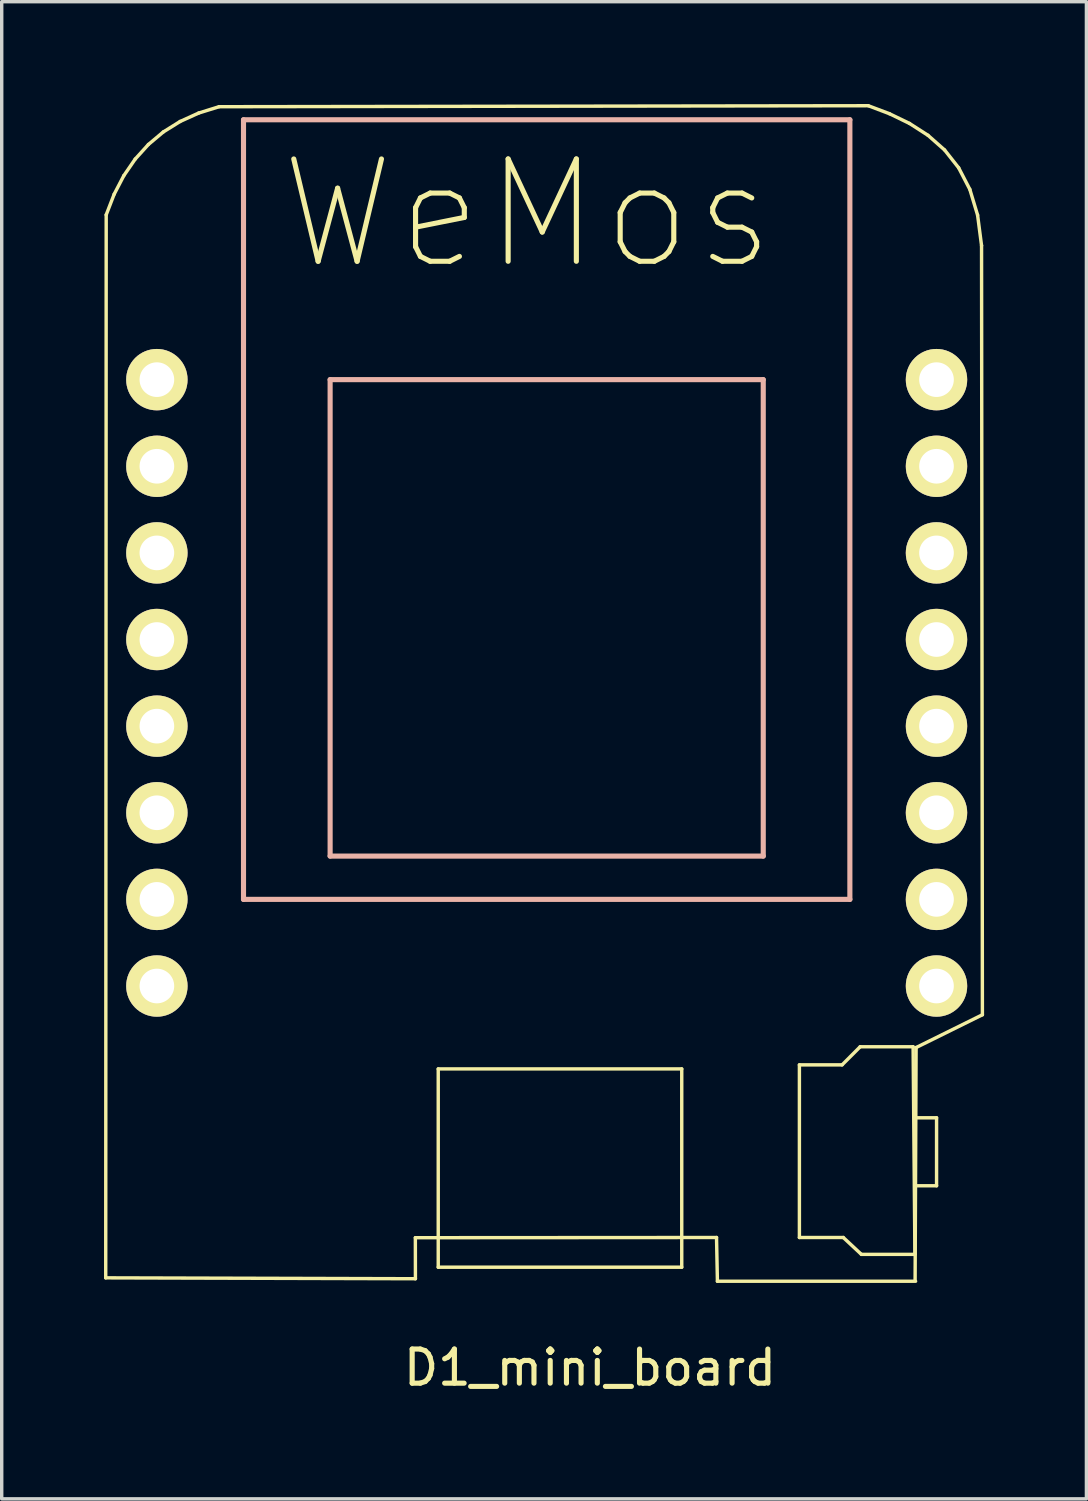
<source format=kicad_pcb>
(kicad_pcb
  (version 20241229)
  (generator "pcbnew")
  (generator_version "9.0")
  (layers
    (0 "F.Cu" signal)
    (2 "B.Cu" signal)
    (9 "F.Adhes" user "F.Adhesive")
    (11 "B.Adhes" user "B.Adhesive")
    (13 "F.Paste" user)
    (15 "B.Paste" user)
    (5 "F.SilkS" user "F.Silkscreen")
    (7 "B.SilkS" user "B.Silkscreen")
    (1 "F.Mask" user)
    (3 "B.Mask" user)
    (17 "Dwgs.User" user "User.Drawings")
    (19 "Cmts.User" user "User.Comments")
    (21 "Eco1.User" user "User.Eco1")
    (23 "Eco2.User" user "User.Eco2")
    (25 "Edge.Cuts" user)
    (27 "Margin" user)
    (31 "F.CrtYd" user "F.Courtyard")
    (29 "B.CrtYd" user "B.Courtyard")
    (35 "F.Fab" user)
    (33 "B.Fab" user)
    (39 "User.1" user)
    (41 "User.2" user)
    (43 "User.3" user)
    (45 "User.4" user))
  (footprint "D1_mini_board"
    (layer "F.Cu")
    (at 12.98 18.242)
    (property "Reference" "D1_mini_board" (at 1.27 18.81 0) (layer "F.SilkS") (effects (font (size 1 1) (thickness 0.15))))
    (attr through_hole)
    (fp_line (start -12.93 16.177) (end -12.916 -14.993) (stroke (width 0.1) (type solid)) (layer "F.SilkS"))
    (fp_line (start -12.916 -14.993) (end -12.683 -15.596) (stroke (width 0.1) (type solid)) (layer "F.SilkS"))
    (fp_line (start -12.683 -15.596) (end -12.4 -16.141) (stroke (width 0.1) (type solid)) (layer "F.SilkS"))
    (fp_line (start -12.4 -16.141) (end -12.065 -16.628) (stroke (width 0.1) (type solid)) (layer "F.SilkS"))
    (fp_line (start -12.065 -16.628) (end -11.679 -17.055) (stroke (width 0.1) (type solid)) (layer "F.SilkS"))
    (fp_line (start -11.679 -17.055) (end -11.241 -17.423) (stroke (width 0.1) (type solid)) (layer "F.SilkS"))
    (fp_line (start -11.241 -17.423) (end -10.749 -17.73) (stroke (width 0.1) (type solid)) (layer "F.SilkS"))
    (fp_line (start -10.749 -17.73) (end -10.205 -17.977) (stroke (width 0.1) (type solid)) (layer "F.SilkS"))
    (fp_line (start -10.205 -17.977) (end -9.607 -18.163) (stroke (width 0.1) (type solid)) (layer "F.SilkS"))
    (fp_line (start -9.607 -18.163) (end 9.43 -18.192) (stroke (width 0.1) (type solid)) (layer "F.SilkS"))
    (fp_line (start -3.851 15) (end -3.849 16.203) (stroke (width 0.1) (type solid)) (layer "F.SilkS"))
    (fp_line (start -3.849 16.203) (end -12.93 16.177) (stroke (width 0.1) (type solid)) (layer "F.SilkS"))
    (fp_line (start -3.18 10.051) (end 3.96 10.051) (stroke (width 0.1) (type solid)) (layer "F.SilkS"))
    (fp_line (start -3.18 15.865) (end -3.18 10.051) (stroke (width 0.1) (type solid)) (layer "F.SilkS"))
    (fp_line (start 3.96 10.051) (end 3.96 15.865) (stroke (width 0.1) (type solid)) (layer "F.SilkS"))
    (fp_line (start 3.96 15.865) (end -3.18 15.865) (stroke (width 0.1) (type solid)) (layer "F.SilkS"))
    (fp_line (start 4.98 14.994) (end -3.851 15) (stroke (width 0.1) (type solid)) (layer "F.SilkS"))
    (fp_line (start 5.006 16.277) (end 4.98 14.994) (stroke (width 0.1) (type solid)) (layer "F.SilkS"))
    (fp_line (start 7.41 9.932) (end 7.41 14.994) (stroke (width 0.1) (type solid)) (layer "F.SilkS"))
    (fp_line (start 7.41 14.994) (end 8.697 14.994) (stroke (width 0.1) (type solid)) (layer "F.SilkS"))
    (fp_line (start 8.662 9.932) (end 7.41 9.932) (stroke (width 0.1) (type solid)) (layer "F.SilkS"))
    (fp_line (start 8.697 14.994) (end 9.227 15.488) (stroke (width 0.1) (type solid)) (layer "F.SilkS"))
    (fp_line (start 9.191 9.402) (end 8.662 9.932) (stroke (width 0.1) (type solid)) (layer "F.SilkS"))
    (fp_line (start 9.227 15.488) (end 10.797 15.488) (stroke (width 0.1) (type solid)) (layer "F.SilkS"))
    (fp_line (start 9.43 -18.192) (end 10.05 -17.958) (stroke (width 0.1) (type solid)) (layer "F.SilkS"))
    (fp_line (start 10.05 -17.958) (end 10.638 -17.673) (stroke (width 0.1) (type solid)) (layer "F.SilkS"))
    (fp_line (start 10.638 -17.673) (end 11.181 -17.324) (stroke (width 0.1) (type solid)) (layer "F.SilkS"))
    (fp_line (start 10.744 9.402) (end 9.191 9.402) (stroke (width 0.1) (type solid)) (layer "F.SilkS"))
    (fp_line (start 10.779 11.484) (end 11.432 11.484) (stroke (width 0.1) (type solid)) (layer "F.SilkS"))
    (fp_line (start 10.797 15.488) (end 10.744 9.402) (stroke (width 0.1) (type solid)) (layer "F.SilkS"))
    (fp_line (start 10.817 16.277) (end 5.006 16.277) (stroke (width 0.1) (type solid)) (layer "F.SilkS"))
    (fp_line (start 10.832 9.424) (end 10.803 16.233) (stroke (width 0.1) (type solid)) (layer "F.SilkS"))
    (fp_line (start 11.181 -17.324) (end 11.667 -16.895) (stroke (width 0.1) (type solid)) (layer "F.SilkS"))
    (fp_line (start 11.432 11.484) (end 11.432 13.477) (stroke (width 0.1) (type solid)) (layer "F.SilkS"))
    (fp_line (start 11.432 13.477) (end 10.814 13.477) (stroke (width 0.1) (type solid)) (layer "F.SilkS"))
    (fp_line (start 11.667 -16.895) (end 12.08 -16.371) (stroke (width 0.1) (type solid)) (layer "F.SilkS"))
    (fp_line (start 12.08 -16.371) (end 12.407 -15.74) (stroke (width 0.1) (type solid)) (layer "F.SilkS"))
    (fp_line (start 12.407 -15.74) (end 12.635 -14.985) (stroke (width 0.1) (type solid)) (layer "F.SilkS"))
    (fp_line (start 12.635 -14.985) (end 12.751 -14.092) (stroke (width 0.1) (type solid)) (layer "F.SilkS"))
    (fp_line (start 12.751 -14.092) (end 12.776 8.463) (stroke (width 0.1) (type solid)) (layer "F.SilkS"))
    (fp_line (start 12.776 8.463) (end 10.832 9.424) (stroke (width 0.1) (type solid)) (layer "F.SilkS"))
    (fp_line (start -8.89 -17.78) (end -8.89 5.08) (stroke (width 0.15) (type solid)) (layer "B.SilkS"))
    (fp_line (start -8.89 5.08) (end 8.89 5.08) (stroke (width 0.15) (type solid)) (layer "B.SilkS"))
    (fp_line (start -6.35 -10.16) (end 6.35 -10.16) (stroke (width 0.15) (type solid)) (layer "B.SilkS"))
    (fp_line (start -6.35 3.81) (end -6.35 -10.16) (stroke (width 0.15) (type solid)) (layer "B.SilkS"))
    (fp_line (start 6.35 -10.16) (end 6.35 3.81) (stroke (width 0.15) (type solid)) (layer "B.SilkS"))
    (fp_line (start 6.35 3.81) (end -6.35 3.81) (stroke (width 0.15) (type solid)) (layer "B.SilkS"))
    (fp_line (start 8.89 -17.78) (end -8.89 -17.78) (stroke (width 0.15) (type solid)) (layer "B.SilkS"))
    (fp_line (start 8.89 5.08) (end 8.89 -17.78) (stroke (width 0.15) (type solid)) (layer "B.SilkS"))
    (fp_text user "WeMos" (at -0.559 -15.011 0) (layer "F.SilkS") (effects (font (size 3 3) (thickness 0.15))))
    (pad "1" thru_hole circle (at -11.43 7.62) (size 1.8 1.8) (drill 1.016) (layers "*.Cu" "*.Mask" "F.SilkS"))
    (pad "2" thru_hole circle (at -11.43 5.08) (size 1.8 1.8) (drill 1.016) (layers "*.Cu" "*.Mask" "F.SilkS"))
    (pad "3" thru_hole circle (at -11.43 2.54) (size 1.8 1.8) (drill 1.016) (layers "*.Cu" "*.Mask" "F.SilkS"))
    (pad "4" thru_hole circle (at -11.43 0) (size 1.8 1.8) (drill 1.016) (layers "*.Cu" "*.Mask" "F.SilkS"))
    (pad "5" thru_hole circle (at -11.43 -2.54) (size 1.8 1.8) (drill 1.016) (layers "*.Cu" "*.Mask" "F.SilkS"))
    (pad "6" thru_hole circle (at -11.43 -5.08) (size 1.8 1.8) (drill 1.016) (layers "*.Cu" "*.Mask" "F.SilkS"))
    (pad "7" thru_hole circle (at -11.43 -7.62) (size 1.8 1.8) (drill 1.016) (layers "*.Cu" "*.Mask" "F.SilkS"))
    (pad "8" thru_hole circle (at -11.43 -10.16) (size 1.8 1.8) (drill 1.016) (layers "*.Cu" "*.Mask" "F.SilkS"))
    (pad "9" thru_hole circle (at 11.43 -10.16) (size 1.8 1.8) (drill 1.016) (layers "*.Cu" "*.Mask" "F.SilkS"))
    (pad "10" thru_hole circle (at 11.43 -7.62) (size 1.8 1.8) (drill 1.016) (layers "*.Cu" "*.Mask" "F.SilkS"))
    (pad "11" thru_hole circle (at 11.43 -5.08) (size 1.8 1.8) (drill 1.016) (layers "*.Cu" "*.Mask" "F.SilkS"))
    (pad "12" thru_hole circle (at 11.43 -2.54) (size 1.8 1.8) (drill 1.016) (layers "*.Cu" "*.Mask" "F.SilkS"))
    (pad "13" thru_hole circle (at 11.43 0) (size 1.8 1.8) (drill 1.016) (layers "*.Cu" "*.Mask" "F.SilkS"))
    (pad "14" thru_hole circle (at 11.43 2.54) (size 1.8 1.8) (drill 1.016) (layers "*.Cu" "*.Mask" "F.SilkS"))
    (pad "15" thru_hole circle (at 11.43 5.08) (size 1.8 1.8) (drill 1.016) (layers "*.Cu" "*.Mask" "F.SilkS"))
    (pad "16" thru_hole circle (at 11.43 7.62) (size 1.8 1.8) (drill 1.016) (layers "*.Cu" "*.Mask" "F.SilkS")))
  (gr_rect
    (start -3 -3)
    (end 28.806 40.9)
    (stroke (width 0.1) (type default))
    (fill no)
    (layer "Edge.Cuts")))
</source>
